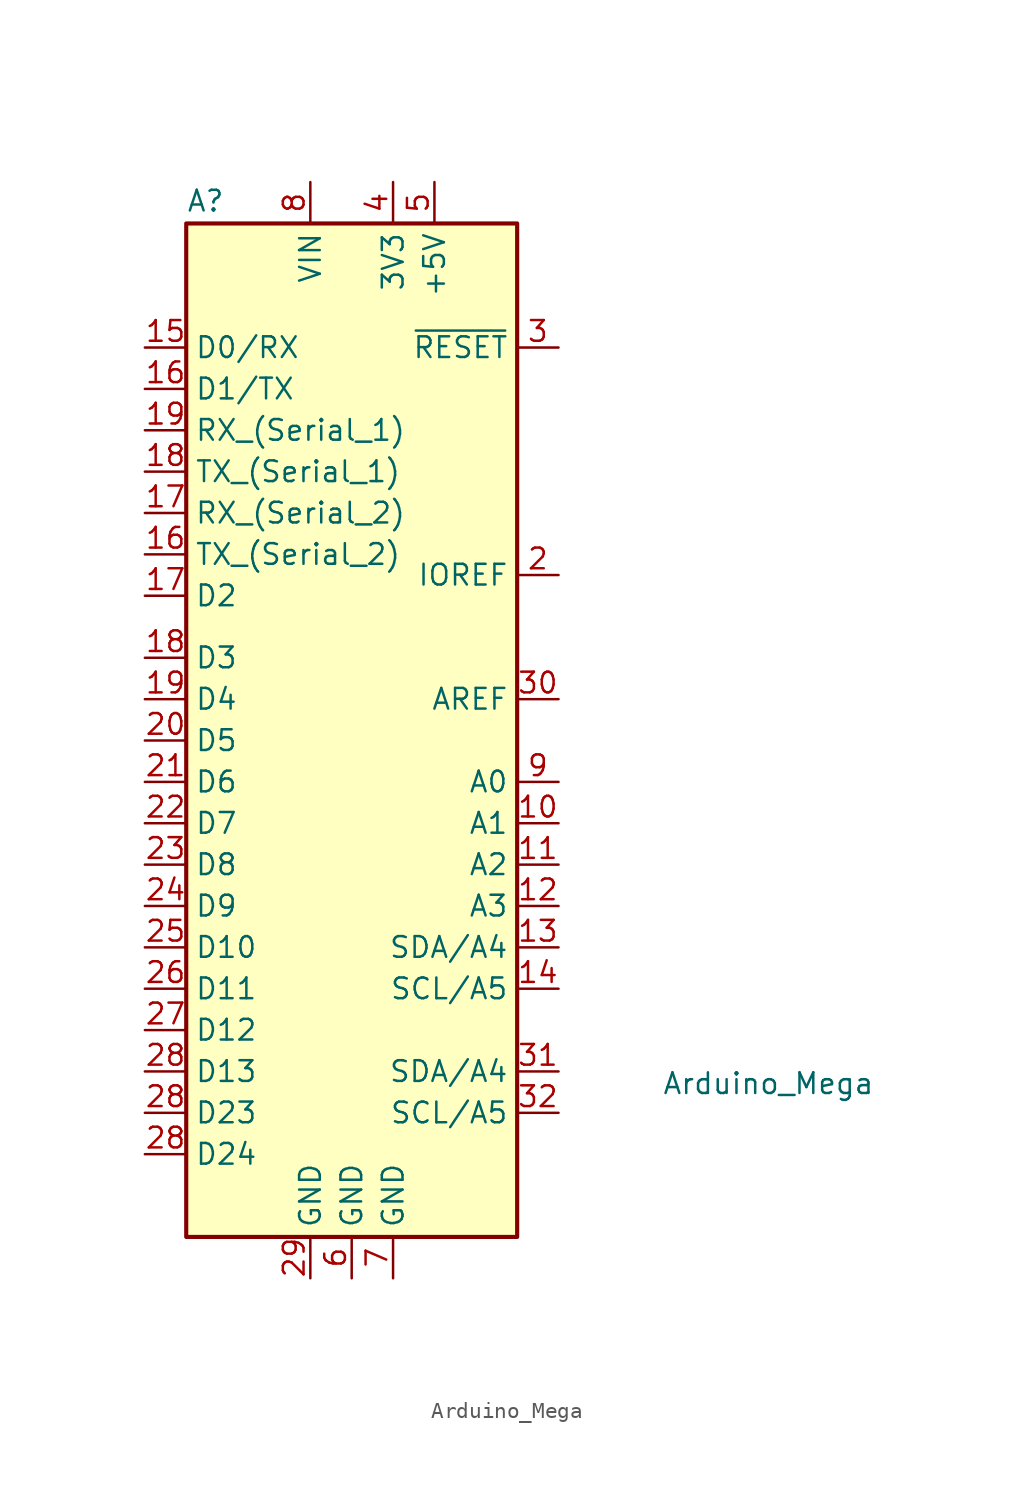
<source format=kicad_sym>
(kicad_symbol_lib
  (version 20211014)
  (generator kicad_symbol_editor)
  (symbol "Arduino_Mega"
    (property "Reference" "A"
      (at -10.16 23.495 0)
      (effects (font (size 1.27 1.27)) (justify left bottom)))
    (property "Value" "Arduino_Mega"
      (at 19.05 -29.21 0)
      (effects (font (size 1.27 1.27)) (justify left top)))
    (symbol "Arduino_Mega_0_1"
      (rectangle (start -10.16 22.86) (end 10.16 -39.37) (stroke (width 0.254) (type default) (color 0 0 0 0)) (fill (type background))))
    (symbol "Arduino_Mega_1_1"
      (pin bidirectional line (at 12.7 -13.97 180) (length 2.54) (name "A1" (effects (font (size 1.27 1.27)))) (number "10" (effects (font (size 1.27 1.27)))))
      (pin bidirectional line (at 12.7 -16.51 180) (length 2.54) (name "A2" (effects (font (size 1.27 1.27)))) (number "11" (effects (font (size 1.27 1.27)))))
      (pin bidirectional line (at 12.7 -19.05 180) (length 2.54) (name "A3" (effects (font (size 1.27 1.27)))) (number "12" (effects (font (size 1.27 1.27)))))
      (pin bidirectional line (at 12.7 -21.59 180) (length 2.54) (name "SDA/A4" (effects (font (size 1.27 1.27)))) (number "13" (effects (font (size 1.27 1.27)))))
      (pin bidirectional line (at 12.7 -24.13 180) (length 2.54) (name "SCL/A5" (effects (font (size 1.27 1.27)))) (number "14" (effects (font (size 1.27 1.27)))))
      (pin bidirectional line (at -12.7 15.24 0) (length 2.54) (name "D0/RX" (effects (font (size 1.27 1.27)))) (number "15" (effects (font (size 1.27 1.27)))))
      (pin bidirectional line (at -12.7 12.7 0) (length 2.54) (name "D1/TX" (effects (font (size 1.27 1.27)))) (number "16" (effects (font (size 1.27 1.27)))))
      (pin bidirectional line (at -12.7 2.54 0) (length 2.54) (name "TX_(Serial_2)" (effects (font (size 1.27 1.27)))) (number "16" (effects (font (size 1.27 1.27)))))
      (pin bidirectional line (at -12.7 0 0) (length 2.54) (name "D2" (effects (font (size 1.27 1.27)))) (number "17" (effects (font (size 1.27 1.27)))))
      (pin bidirectional line (at -12.7 5.08 0) (length 2.54) (name "RX_(Serial_2)" (effects (font (size 1.27 1.27)))) (number "17" (effects (font (size 1.27 1.27)))))
      (pin bidirectional line (at -12.7 -3.81 0) (length 2.54) (name "D3" (effects (font (size 1.27 1.27)))) (number "18" (effects (font (size 1.27 1.27)))))
      (pin bidirectional line (at -12.7 7.62 0) (length 2.54) (name "TX_(Serial_1)" (effects (font (size 1.27 1.27)))) (number "18" (effects (font (size 1.27 1.27)))))
      (pin bidirectional line (at -12.7 -6.35 0) (length 2.54) (name "D4" (effects (font (size 1.27 1.27)))) (number "19" (effects (font (size 1.27 1.27)))))
      (pin bidirectional line (at -12.7 10.16 0) (length 2.54) (name "RX_(Serial_1)" (effects (font (size 1.27 1.27)))) (number "19" (effects (font (size 1.27 1.27)))))
      (pin output line (at 12.7 1.27 180) (length 2.54) (name "IOREF" (effects (font (size 1.27 1.27)))) (number "2" (effects (font (size 1.27 1.27)))))
      (pin bidirectional line (at -12.7 -8.89 0) (length 2.54) (name "D5" (effects (font (size 1.27 1.27)))) (number "20" (effects (font (size 1.27 1.27)))))
      (pin bidirectional line (at -12.7 -11.43 0) (length 2.54) (name "D6" (effects (font (size 1.27 1.27)))) (number "21" (effects (font (size 1.27 1.27)))))
      (pin bidirectional line (at -12.7 -13.97 0) (length 2.54) (name "D7" (effects (font (size 1.27 1.27)))) (number "22" (effects (font (size 1.27 1.27)))))
      (pin bidirectional line (at -12.7 -16.51 0) (length 2.54) (name "D8" (effects (font (size 1.27 1.27)))) (number "23" (effects (font (size 1.27 1.27)))))
      (pin bidirectional line (at -12.7 -19.05 0) (length 2.54) (name "D9" (effects (font (size 1.27 1.27)))) (number "24" (effects (font (size 1.27 1.27)))))
      (pin bidirectional line (at -12.7 -21.59 0) (length 2.54) (name "D10" (effects (font (size 1.27 1.27)))) (number "25" (effects (font (size 1.27 1.27)))))
      (pin bidirectional line (at -12.7 -24.13 0) (length 2.54) (name "D11" (effects (font (size 1.27 1.27)))) (number "26" (effects (font (size 1.27 1.27)))))
      (pin bidirectional line (at -12.7 -26.67 0) (length 2.54) (name "D12" (effects (font (size 1.27 1.27)))) (number "27" (effects (font (size 1.27 1.27)))))
      (pin bidirectional line (at -12.7 -29.21 0) (length 2.54) (name "D13" (effects (font (size 1.27 1.27)))) (number "28" (effects (font (size 1.27 1.27)))))
      (pin bidirectional line (at -12.7 -31.75 0) (length 2.54) (name "D23" (effects (font (size 1.27 1.27)))) (number "28" (effects (font (size 1.27 1.27)))))
      (pin bidirectional line (at -12.7 -34.29 0) (length 2.54) (name "D24" (effects (font (size 1.27 1.27)))) (number "28" (effects (font (size 1.27 1.27)))))
      (pin power_in line (at -2.54 -41.91 90) (length 2.54) (name "GND" (effects (font (size 1.27 1.27)))) (number "29" (effects (font (size 1.27 1.27)))))
      (pin input line (at 12.7 15.24 180) (length 2.54) (name "~{RESET}" (effects (font (size 1.27 1.27)))) (number "3" (effects (font (size 1.27 1.27)))))
      (pin input line (at 12.7 -6.35 180) (length 2.54) (name "AREF" (effects (font (size 1.27 1.27)))) (number "30" (effects (font (size 1.27 1.27)))))
      (pin bidirectional line (at 12.7 -29.21 180) (length 2.54) (name "SDA/A4" (effects (font (size 1.27 1.27)))) (number "31" (effects (font (size 1.27 1.27)))))
      (pin bidirectional line (at 12.7 -31.75 180) (length 2.54) (name "SCL/A5" (effects (font (size 1.27 1.27)))) (number "32" (effects (font (size 1.27 1.27)))))
      (pin power_out line (at 2.54 25.4 270) (length 2.54) (name "3V3" (effects (font (size 1.27 1.27)))) (number "4" (effects (font (size 1.27 1.27)))))
      (pin power_out line (at 5.08 25.4 270) (length 2.54) (name "+5V" (effects (font (size 1.27 1.27)))) (number "5" (effects (font (size 1.27 1.27)))))
      (pin power_in line (at 0 -41.91 90) (length 2.54) (name "GND" (effects (font (size 1.27 1.27)))) (number "6" (effects (font (size 1.27 1.27)))))
      (pin power_in line (at 2.54 -41.91 90) (length 2.54) (name "GND" (effects (font (size 1.27 1.27)))) (number "7" (effects (font (size 1.27 1.27)))))
      (pin power_in line (at -2.54 25.4 270) (length 2.54) (name "VIN" (effects (font (size 1.27 1.27)))) (number "8" (effects (font (size 1.27 1.27)))))
      (pin bidirectional line (at 12.7 -11.43 180) (length 2.54) (name "A0" (effects (font (size 1.27 1.27)))) (number "9" (effects (font (size 1.27 1.27))))))))
</source>
